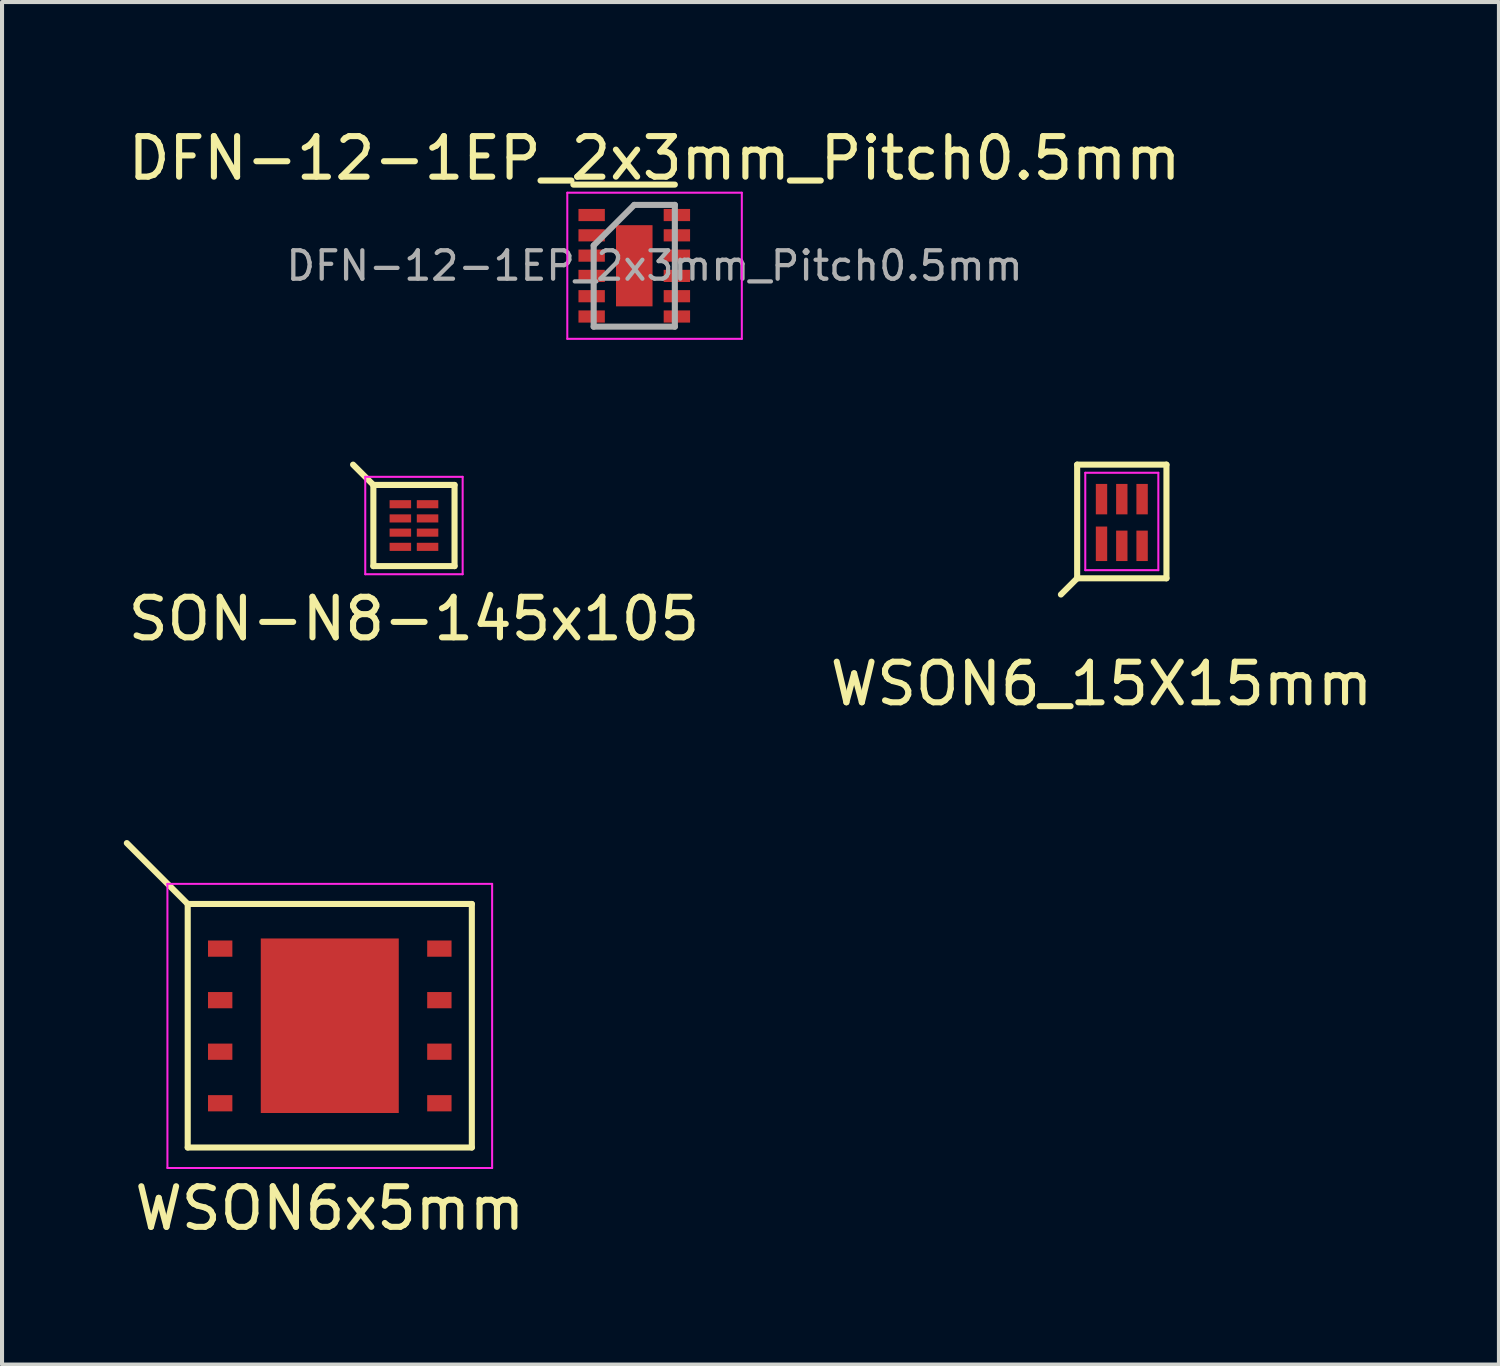
<source format=kicad_pcb>
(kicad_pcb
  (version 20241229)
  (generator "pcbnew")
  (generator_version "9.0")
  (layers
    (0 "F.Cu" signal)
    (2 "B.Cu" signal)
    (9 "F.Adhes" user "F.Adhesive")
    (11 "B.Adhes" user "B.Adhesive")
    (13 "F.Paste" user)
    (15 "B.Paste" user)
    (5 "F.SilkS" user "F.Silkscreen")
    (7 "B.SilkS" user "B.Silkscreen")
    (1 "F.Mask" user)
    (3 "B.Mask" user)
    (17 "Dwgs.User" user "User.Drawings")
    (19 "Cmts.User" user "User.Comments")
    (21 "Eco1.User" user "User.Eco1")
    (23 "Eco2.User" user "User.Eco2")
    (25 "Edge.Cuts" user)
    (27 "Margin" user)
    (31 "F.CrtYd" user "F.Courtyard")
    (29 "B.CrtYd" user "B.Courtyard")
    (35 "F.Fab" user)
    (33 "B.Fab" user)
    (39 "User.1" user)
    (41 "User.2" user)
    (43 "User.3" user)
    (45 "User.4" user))
  (footprint "WSON6_15X15mm"
    (layer "F.Cu")
    (at 24.089 10.398)
    (property "Reference" "WSON6_15X15mm" (at 0 3.4 0) (layer "F.SilkS") (effects (font (size 1 1) (thickness 0.15))))
    (attr smd)
    (fp_line (start -0.6 -2) (end 1.6 -2) (stroke (width 0.15) (type solid)) (layer "F.SilkS"))
    (fp_line (start -0.6 0.8) (end -1 1.2) (stroke (width 0.15) (type solid)) (layer "F.SilkS"))
    (fp_line (start -0.6 0.8) (end -0.6 -2) (stroke (width 0.15) (type solid)) (layer "F.SilkS"))
    (fp_line (start -0.6 0.8) (end 1.6 0.8) (stroke (width 0.15) (type solid)) (layer "F.SilkS"))
    (fp_line (start 1.6 0.8) (end 1.6 -2) (stroke (width 0.15) (type solid)) (layer "F.SilkS"))
    (fp_line (start -0.4 -1.8) (end 1.4 -1.8) (stroke (width 0.05) (type solid)) (layer "F.CrtYd"))
    (fp_line (start -0.4 0.6) (end -0.4 -1.8) (stroke (width 0.05) (type solid)) (layer "F.CrtYd"))
    (fp_line (start 1.4 -1.8) (end 1.4 0.6) (stroke (width 0.05) (type solid)) (layer "F.CrtYd"))
    (fp_line (start 1.4 0.6) (end -0.4 0.6) (stroke (width 0.05) (type solid)) (layer "F.CrtYd"))
    (pad "1" smd rect (at 0 -0.05) (size 0.28 0.85) (layers "F.Cu" "F.Mask" "F.Paste"))
    (pad "2" smd rect (at 0.5 0) (size 0.28 0.75) (layers "F.Cu" "F.Mask" "F.Paste"))
    (pad "3" smd rect (at 1 0) (size 0.28 0.75) (layers "F.Cu" "F.Mask" "F.Paste"))
    (pad "4" smd rect (at 0 -1.15) (size 0.28 0.75) (layers "F.Cu" "F.Mask" "F.Paste"))
    (pad "5" smd rect (at 0.5 -1.15) (size 0.28 0.75) (layers "F.Cu" "F.Mask" "F.Paste"))
    (pad "6" smd rect (at 1 -1.15) (size 0.28 0.75) (layers "F.Cu" "F.Mask" "F.Paste")))
  (footprint "WSON6x5mm"
    (layer "F.Cu")
    (at 5.075 22.227)
    (property "Reference" "WSON6x5mm" (at 0 4.495 0) (layer "F.SilkS") (effects (font (size 1 1) (thickness 0.15))))
    (attr smd)
    (fp_line (start -3.5 -3.005) (end -5 -4.505) (stroke (width 0.15) (type solid)) (layer "F.SilkS"))
    (fp_line (start -3.5 -3.005) (end -3.5 2.995) (stroke (width 0.15) (type solid)) (layer "F.SilkS"))
    (fp_line (start -3.5 2.995) (end 3.5 2.995) (stroke (width 0.15) (type solid)) (layer "F.SilkS"))
    (fp_line (start 3.5 -3.005) (end -3.5 -3.005) (stroke (width 0.15) (type solid)) (layer "F.SilkS"))
    (fp_line (start 3.5 2.995) (end 3.5 -3.005) (stroke (width 0.15) (type solid)) (layer "F.SilkS"))
    (fp_line (start -4 -3.5) (end -4 3.5) (stroke (width 0.05) (type solid)) (layer "F.CrtYd"))
    (fp_line (start -4 -3.5) (end 4 -3.5) (stroke (width 0.05) (type solid)) (layer "F.CrtYd"))
    (fp_line (start -4 3.5) (end 4 3.5) (stroke (width 0.05) (type solid)) (layer "F.CrtYd"))
    (fp_line (start 4 -3.5) (end 4 3.5) (stroke (width 0.05) (type solid)) (layer "F.CrtYd"))
    (pad "1" smd rect (at -2.7 -1.905) (size 0.6 0.4) (layers "F.Cu" "F.Mask" "F.Paste"))
    (pad "2" smd rect (at -2.7 -0.635) (size 0.6 0.4) (layers "F.Cu" "F.Mask" "F.Paste"))
    (pad "3" smd rect (at -2.7 0.635) (size 0.6 0.4) (layers "F.Cu" "F.Mask" "F.Paste"))
    (pad "4" smd rect (at -2.7 1.905) (size 0.6 0.4) (layers "F.Cu" "F.Mask" "F.Paste"))
    (pad "5" smd rect (at 2.7 1.905) (size 0.6 0.4) (layers "F.Cu" "F.Mask" "F.Paste"))
    (pad "6" smd rect (at 2.7 0.635) (size 0.6 0.4) (layers "F.Cu" "F.Mask" "F.Paste"))
    (pad "7" smd rect (at 2.7 -0.635) (size 0.6 0.4) (layers "F.Cu" "F.Mask" "F.Paste"))
    (pad "8" smd rect (at 2.7 -1.905) (size 0.6 0.4) (layers "F.Cu" "F.Mask" "F.Paste"))
    (pad "EPAD" smd rect (at 0 -0.005) (size 3.4 4.3) (layers "F.Cu" "F.Mask" "F.Paste")))
  (footprint "SON-N8-145x105"
    (layer "F.Cu")
    (at 7.149 9.898)
    (property "Reference" "SON-N8-145x105" (at 0 2.3 0) (layer "F.SilkS") (effects (font (size 1 1) (thickness 0.15))))
    (attr smd)
    (fp_line (start -1 -1) (end -1.5 -1.5) (stroke (width 0.15) (type solid)) (layer "F.SilkS"))
    (fp_line (start -1 -1) (end -1 1) (stroke (width 0.15) (type solid)) (layer "F.SilkS"))
    (fp_line (start -1 1) (end 1 1) (stroke (width 0.15) (type solid)) (layer "F.SilkS"))
    (fp_line (start 1 -1) (end -1 -1) (stroke (width 0.15) (type solid)) (layer "F.SilkS"))
    (fp_line (start 1 1) (end 1 -1) (stroke (width 0.15) (type solid)) (layer "F.SilkS"))
    (fp_line (start -1.2 -1.2) (end -1.2 1.2) (stroke (width 0.05) (type solid)) (layer "F.CrtYd"))
    (fp_line (start -1.2 -1.2) (end 1.2 -1.2) (stroke (width 0.05) (type solid)) (layer "F.CrtYd"))
    (fp_line (start -1.2 1.2) (end 1.2 1.2) (stroke (width 0.05) (type solid)) (layer "F.CrtYd"))
    (fp_line (start 1.2 -1.2) (end 1.2 1.2) (stroke (width 0.05) (type solid)) (layer "F.CrtYd"))
    (pad "1" smd rect (at -0.335 -0.525) (size 0.53 0.2) (layers "F.Cu" "F.Mask" "F.Paste"))
    (pad "2" smd rect (at -0.335 -0.175) (size 0.53 0.2) (layers "F.Cu" "F.Mask" "F.Paste"))
    (pad "3" smd rect (at -0.335 0.175) (size 0.53 0.2) (layers "F.Cu" "F.Mask" "F.Paste"))
    (pad "4" smd rect (at -0.335 0.525) (size 0.53 0.2) (layers "F.Cu" "F.Mask" "F.Paste"))
    (pad "5" smd rect (at 0.335 0.525) (size 0.53 0.2) (layers "F.Cu" "F.Mask" "F.Paste"))
    (pad "6" smd rect (at 0.335 0.175) (size 0.53 0.2) (layers "F.Cu" "F.Mask" "F.Paste"))
    (pad "7" smd rect (at 0.335 -0.175) (size 0.53 0.2) (layers "F.Cu" "F.Mask" "F.Paste"))
    (pad "8" smd rect (at 0.335 -0.525) (size 0.53 0.2) (layers "F.Cu" "F.Mask" "F.Paste")))
  (footprint "DFN-12-1EP_2x3mm_Pitch0.5mm"
    (layer "F.Cu")
    (at 13.077 3.498)
    (property "Reference" "DFN-12-1EP_2x3mm_Pitch0.5mm" (at 0 -2.65 0) (layer "F.SilkS") (effects (font (size 1 1) (thickness 0.15))))
    (attr smd)
    (fp_line (start -2 -2) (end 0.5 -2) (stroke (width 0.15) (type solid)) (layer "F.SilkS"))
    (fp_line (start -2.15 -1.8) (end -2.15 1.8) (stroke (width 0.05) (type solid)) (layer "F.CrtYd"))
    (fp_line (start -2.15 -1.8) (end 2.15 -1.8) (stroke (width 0.05) (type solid)) (layer "F.CrtYd"))
    (fp_line (start -2.15 1.8) (end 2.15 1.8) (stroke (width 0.05) (type solid)) (layer "F.CrtYd"))
    (fp_line (start 2.15 -1.8) (end 2.15 1.8) (stroke (width 0.05) (type solid)) (layer "F.CrtYd"))
    (fp_line (start -1.5 -0.5) (end -0.5 -1.5) (stroke (width 0.15) (type solid)) (layer "F.Fab"))
    (fp_line (start -1.5 1.5) (end -1.5 -0.5) (stroke (width 0.15) (type solid)) (layer "F.Fab"))
    (fp_line (start -0.5 -1.5) (end 0.5 -1.5) (stroke (width 0.15) (type solid)) (layer "F.Fab"))
    (fp_line (start 0.5 -1.5) (end 0.5 1.5) (stroke (width 0.15) (type solid)) (layer "F.Fab"))
    (fp_line (start 0.5 1.5) (end -1.5 1.5) (stroke (width 0.15) (type solid)) (layer "F.Fab"))
    (fp_text user "${REFERENCE}" (at 0 0 0) (layer "F.Fab") (effects (font (size 0.7 0.7) (thickness 0.105))))
    (pad "1" smd rect (at -1.55 -1.25) (size 0.65 0.3) (layers "F.Cu" "F.Mask" "F.Paste"))
    (pad "2" smd rect (at -1.55 -0.75) (size 0.65 0.3) (layers "F.Cu" "F.Mask" "F.Paste"))
    (pad "3" smd rect (at -1.55 -0.25) (size 0.65 0.3) (layers "F.Cu" "F.Mask" "F.Paste"))
    (pad "4" smd rect (at -1.55 0.25) (size 0.65 0.3) (layers "F.Cu" "F.Mask" "F.Paste"))
    (pad "5" smd rect (at -1.55 0.75) (size 0.65 0.3) (layers "F.Cu" "F.Mask" "F.Paste"))
    (pad "6" smd rect (at -1.55 1.25) (size 0.65 0.3) (layers "F.Cu" "F.Mask" "F.Paste"))
    (pad "7" smd rect (at 0.55 1.25) (size 0.65 0.3) (layers "F.Cu" "F.Mask" "F.Paste"))
    (pad "8" smd rect (at 0.55 0.75) (size 0.65 0.3) (layers "F.Cu" "F.Mask" "F.Paste"))
    (pad "9" smd rect (at 0.55 0.25) (size 0.65 0.3) (layers "F.Cu" "F.Mask" "F.Paste"))
    (pad "10" smd rect (at 0.55 -0.25) (size 0.65 0.3) (layers "F.Cu" "F.Mask" "F.Paste"))
    (pad "11" smd rect (at 0.55 -0.75) (size 0.65 0.3) (layers "F.Cu" "F.Mask" "F.Paste"))
    (pad "12" smd rect (at 0.55 -1.25) (size 0.65 0.3) (layers "F.Cu" "F.Mask" "F.Paste"))
    (pad "13" smd rect (at -0.5 0) (size 0.9 2) (layers "F.Cu" "F.Mask" "F.Paste")))
  (gr_rect
    (start -3 -3)
    (end 33.881 30.57)
    (stroke (width 0.1) (type default))
    (fill no)
    (layer "Edge.Cuts")))
</source>
